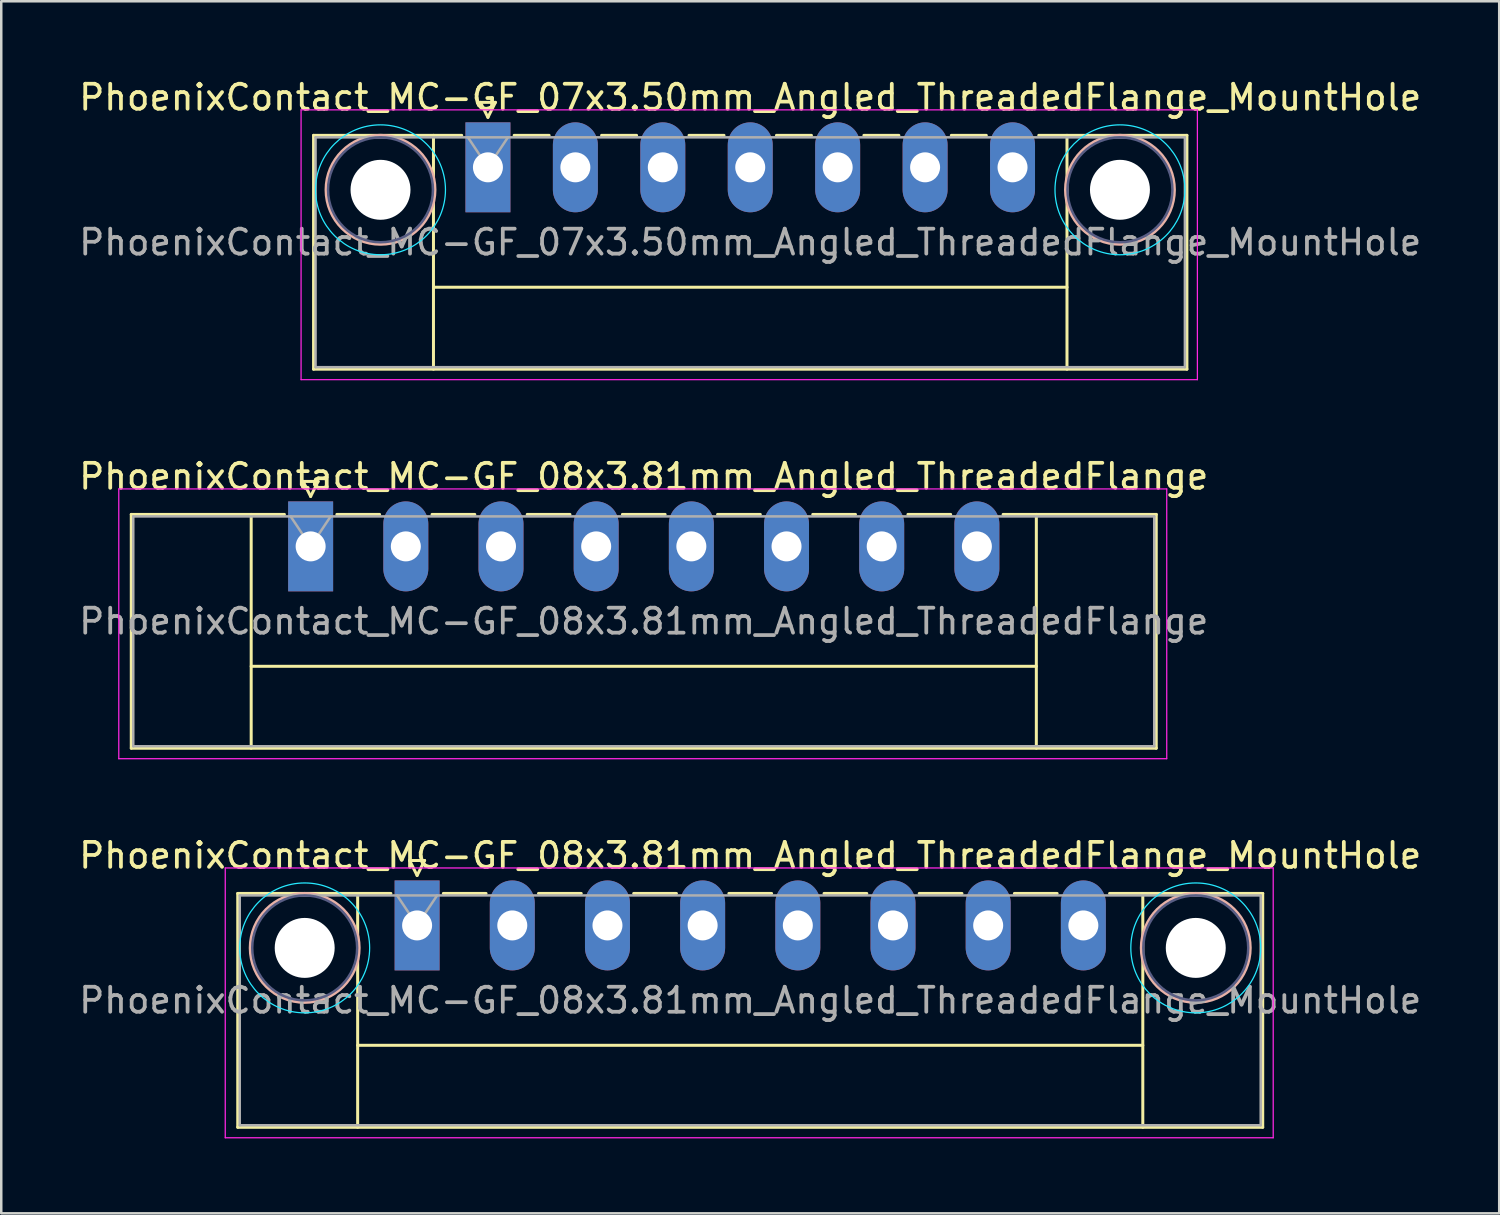
<source format=kicad_pcb>
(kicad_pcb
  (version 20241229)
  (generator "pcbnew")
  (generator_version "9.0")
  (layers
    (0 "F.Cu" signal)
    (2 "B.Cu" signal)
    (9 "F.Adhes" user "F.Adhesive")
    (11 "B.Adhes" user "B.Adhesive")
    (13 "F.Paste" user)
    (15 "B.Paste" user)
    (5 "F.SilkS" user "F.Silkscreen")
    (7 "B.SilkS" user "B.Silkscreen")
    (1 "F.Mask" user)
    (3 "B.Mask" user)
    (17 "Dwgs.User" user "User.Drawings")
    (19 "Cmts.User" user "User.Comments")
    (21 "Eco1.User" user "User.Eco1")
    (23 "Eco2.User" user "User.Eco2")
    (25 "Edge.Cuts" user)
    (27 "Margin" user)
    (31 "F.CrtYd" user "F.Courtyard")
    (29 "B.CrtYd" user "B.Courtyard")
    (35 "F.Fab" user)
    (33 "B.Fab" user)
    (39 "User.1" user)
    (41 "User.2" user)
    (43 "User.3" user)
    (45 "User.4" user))
  (footprint "PhoenixContact_MC-GF_08x3.81mm_Angled_ThreadedFlange"
    (layer "F.Cu")
    (at 9.385 18.822)
    (property "Reference" "PhoenixContact_MC-GF_08x3.81mm_Angled_ThreadedFlange" (at 13.335 -2.8 0) (layer "F.SilkS") (effects (font (size 1 1) (thickness 0.15))))
    (attr through_hole)
    (fp_line (start -7.18 -1.28) (end -7.18 8.08) (stroke (width 0.12) (type solid)) (layer "F.SilkS"))
    (fp_line (start -7.18 -1.28) (end -1.05 -1.28) (stroke (width 0.12) (type solid)) (layer "F.SilkS"))
    (fp_line (start -7.18 8.08) (end 33.85 8.08) (stroke (width 0.12) (type solid)) (layer "F.SilkS"))
    (fp_line (start -2.38 -1.28) (end -2.38 8.08) (stroke (width 0.12) (type solid)) (layer "F.SilkS"))
    (fp_line (start -2.38 4.8) (end 29.05 4.8) (stroke (width 0.12) (type solid)) (layer "F.SilkS"))
    (fp_line (start -0.3 -2.6) (end 0.3 -2.6) (stroke (width 0.12) (type solid)) (layer "F.SilkS"))
    (fp_line (start 0 -2) (end -0.3 -2.6) (stroke (width 0.12) (type solid)) (layer "F.SilkS"))
    (fp_line (start 0.3 -2.6) (end 0 -2) (stroke (width 0.12) (type solid)) (layer "F.SilkS"))
    (fp_line (start 1.05 -1.28) (end 2.76 -1.28) (stroke (width 0.12) (type solid)) (layer "F.SilkS"))
    (fp_line (start 4.86 -1.28) (end 6.57 -1.28) (stroke (width 0.12) (type solid)) (layer "F.SilkS"))
    (fp_line (start 8.67 -1.28) (end 10.38 -1.28) (stroke (width 0.12) (type solid)) (layer "F.SilkS"))
    (fp_line (start 12.48 -1.28) (end 14.19 -1.28) (stroke (width 0.12) (type solid)) (layer "F.SilkS"))
    (fp_line (start 16.29 -1.28) (end 18 -1.28) (stroke (width 0.12) (type solid)) (layer "F.SilkS"))
    (fp_line (start 20.1 -1.28) (end 21.81 -1.28) (stroke (width 0.12) (type solid)) (layer "F.SilkS"))
    (fp_line (start 23.91 -1.28) (end 25.62 -1.28) (stroke (width 0.12) (type solid)) (layer "F.SilkS"))
    (fp_line (start 29.05 -1.28) (end 29.05 8.08) (stroke (width 0.12) (type solid)) (layer "F.SilkS"))
    (fp_line (start 33.85 -1.28) (end 27.72 -1.28) (stroke (width 0.12) (type solid)) (layer "F.SilkS"))
    (fp_line (start 33.85 8.08) (end 33.85 -1.28) (stroke (width 0.12) (type solid)) (layer "F.SilkS"))
    (fp_line (start -7.68 -2.3) (end -7.68 8.5) (stroke (width 0.05) (type solid)) (layer "F.CrtYd"))
    (fp_line (start -7.68 8.5) (end 34.27 8.5) (stroke (width 0.05) (type solid)) (layer "F.CrtYd"))
    (fp_line (start 34.27 -2.3) (end -7.68 -2.3) (stroke (width 0.05) (type solid)) (layer "F.CrtYd"))
    (fp_line (start 34.27 8.5) (end 34.27 -2.3) (stroke (width 0.05) (type solid)) (layer "F.CrtYd"))
    (fp_line (start -7.1 -1.2) (end -7.1 8) (stroke (width 0.1) (type solid)) (layer "F.Fab"))
    (fp_line (start -7.1 8) (end 33.77 8) (stroke (width 0.1) (type solid)) (layer "F.Fab"))
    (fp_line (start 0 0) (end -0.8 -1.2) (stroke (width 0.1) (type solid)) (layer "F.Fab"))
    (fp_line (start 0.8 -1.2) (end 0 0) (stroke (width 0.1) (type solid)) (layer "F.Fab"))
    (fp_line (start 33.77 -1.2) (end -7.1 -1.2) (stroke (width 0.1) (type solid)) (layer "F.Fab"))
    (fp_line (start 33.77 8) (end 33.77 -1.2) (stroke (width 0.1) (type solid)) (layer "F.Fab"))
    (fp_text user "${REFERENCE}" (at 13.335 3 0) (layer "F.Fab") (effects (font (size 1 1) (thickness 0.15))))
    (pad "1" thru_hole rect (at 0 0) (size 1.8 3.6) (drill 1.2) (layers "*.Cu" "*.Mask"))
    (pad "2" thru_hole oval (at 3.81 0) (size 1.8 3.6) (drill 1.2) (layers "*.Cu" "*.Mask"))
    (pad "3" thru_hole oval (at 7.62 0) (size 1.8 3.6) (drill 1.2) (layers "*.Cu" "*.Mask"))
    (pad "4" thru_hole oval (at 11.43 0) (size 1.8 3.6) (drill 1.2) (layers "*.Cu" "*.Mask"))
    (pad "5" thru_hole oval (at 15.24 0) (size 1.8 3.6) (drill 1.2) (layers "*.Cu" "*.Mask"))
    (pad "6" thru_hole oval (at 19.05 0) (size 1.8 3.6) (drill 1.2) (layers "*.Cu" "*.Mask"))
    (pad "7" thru_hole oval (at 22.86 0) (size 1.8 3.6) (drill 1.2) (layers "*.Cu" "*.Mask"))
    (pad "8" thru_hole oval (at 26.67 0) (size 1.8 3.6) (drill 1.2) (layers "*.Cu" "*.Mask")))
  (footprint "PhoenixContact_MC-GF_07x3.50mm_Angled_ThreadedFlange_MountHole"
    (layer "F.Cu")
    (at 16.482 3.648)
    (property "Reference" "PhoenixContact_MC-GF_07x3.50mm_Angled_ThreadedFlange_MountHole" (at 10.5 -2.8 0) (layer "F.SilkS") (effects (font (size 1 1) (thickness 0.15))))
    (attr through_hole)
    (fp_line (start -6.98 -1.28) (end -6.98 8.08) (stroke (width 0.12) (type solid)) (layer "F.SilkS"))
    (fp_line (start -6.98 -1.28) (end -1.05 -1.28) (stroke (width 0.12) (type solid)) (layer "F.SilkS"))
    (fp_line (start -6.98 8.08) (end 27.98 8.08) (stroke (width 0.12) (type solid)) (layer "F.SilkS"))
    (fp_line (start -2.18 -1.28) (end -2.18 8.08) (stroke (width 0.12) (type solid)) (layer "F.SilkS"))
    (fp_line (start -2.18 4.8) (end 23.18 4.8) (stroke (width 0.12) (type solid)) (layer "F.SilkS"))
    (fp_line (start -0.3 -2.6) (end 0.3 -2.6) (stroke (width 0.12) (type solid)) (layer "F.SilkS"))
    (fp_line (start 0 -2) (end -0.3 -2.6) (stroke (width 0.12) (type solid)) (layer "F.SilkS"))
    (fp_line (start 0.3 -2.6) (end 0 -2) (stroke (width 0.12) (type solid)) (layer "F.SilkS"))
    (fp_line (start 1.05 -1.28) (end 2.45 -1.28) (stroke (width 0.12) (type solid)) (layer "F.SilkS"))
    (fp_line (start 4.55 -1.28) (end 5.95 -1.28) (stroke (width 0.12) (type solid)) (layer "F.SilkS"))
    (fp_line (start 8.05 -1.28) (end 9.45 -1.28) (stroke (width 0.12) (type solid)) (layer "F.SilkS"))
    (fp_line (start 11.55 -1.28) (end 12.95 -1.28) (stroke (width 0.12) (type solid)) (layer "F.SilkS"))
    (fp_line (start 15.05 -1.28) (end 16.45 -1.28) (stroke (width 0.12) (type solid)) (layer "F.SilkS"))
    (fp_line (start 18.55 -1.28) (end 19.95 -1.28) (stroke (width 0.12) (type solid)) (layer "F.SilkS"))
    (fp_line (start 23.18 -1.28) (end 23.18 8.08) (stroke (width 0.12) (type solid)) (layer "F.SilkS"))
    (fp_line (start 27.98 -1.28) (end 22.05 -1.28) (stroke (width 0.12) (type solid)) (layer "F.SilkS"))
    (fp_line (start 27.98 8.08) (end 27.98 -1.28) (stroke (width 0.12) (type solid)) (layer "F.SilkS"))
    (fp_circle (center -4.3 0.9) (end -2.12 0.9) (stroke (width 0.12) (type solid)) (fill no) (layer "B.SilkS"))
    (fp_circle (center 25.3 0.9) (end 27.48 0.9) (stroke (width 0.12) (type solid)) (fill no) (layer "B.SilkS"))
    (fp_circle (center -4.3 0.9) (end -1.7 0.9) (stroke (width 0.05) (type solid)) (fill no) (layer "B.CrtYd"))
    (fp_circle (center 25.3 0.9) (end 27.9 0.9) (stroke (width 0.05) (type solid)) (fill no) (layer "B.CrtYd"))
    (fp_line (start -7.48 -2.3) (end -7.48 8.5) (stroke (width 0.05) (type solid)) (layer "F.CrtYd"))
    (fp_line (start -7.48 8.5) (end 28.4 8.5) (stroke (width 0.05) (type solid)) (layer "F.CrtYd"))
    (fp_line (start 28.4 -2.3) (end -7.48 -2.3) (stroke (width 0.05) (type solid)) (layer "F.CrtYd"))
    (fp_line (start 28.4 8.5) (end 28.4 -2.3) (stroke (width 0.05) (type solid)) (layer "F.CrtYd"))
    (fp_circle (center -4.3 0.9) (end -2.2 0.9) (stroke (width 0.1) (type solid)) (fill no) (layer "B.Fab"))
    (fp_circle (center 25.3 0.9) (end 27.4 0.9) (stroke (width 0.1) (type solid)) (fill no) (layer "B.Fab"))
    (fp_line (start -6.9 -1.2) (end -6.9 8) (stroke (width 0.1) (type solid)) (layer "F.Fab"))
    (fp_line (start -6.9 8) (end 27.9 8) (stroke (width 0.1) (type solid)) (layer "F.Fab"))
    (fp_line (start 0 0) (end -0.8 -1.2) (stroke (width 0.1) (type solid)) (layer "F.Fab"))
    (fp_line (start 0.8 -1.2) (end 0 0) (stroke (width 0.1) (type solid)) (layer "F.Fab"))
    (fp_line (start 27.9 -1.2) (end -6.9 -1.2) (stroke (width 0.1) (type solid)) (layer "F.Fab"))
    (fp_line (start 27.9 8) (end 27.9 -1.2) (stroke (width 0.1) (type solid)) (layer "F.Fab"))
    (fp_text user "${REFERENCE}" (at 10.5 3 0) (layer "F.Fab") (effects (font (size 1 1) (thickness 0.15))))
    (pad "" np_thru_hole circle (at -4.3 0.9) (size 2.4 2.4) (drill 2.4) (layers "*.Cu" "*.Mask"))
    (pad "" np_thru_hole circle (at 25.3 0.9) (size 2.4 2.4) (drill 2.4) (layers "*.Cu" "*.Mask"))
    (pad "1" thru_hole rect (at 0 0) (size 1.8 3.6) (drill 1.2) (layers "*.Cu" "*.Mask"))
    (pad "2" thru_hole oval (at 3.5 0) (size 1.8 3.6) (drill 1.2) (layers "*.Cu" "*.Mask"))
    (pad "3" thru_hole oval (at 7 0) (size 1.8 3.6) (drill 1.2) (layers "*.Cu" "*.Mask"))
    (pad "4" thru_hole oval (at 10.5 0) (size 1.8 3.6) (drill 1.2) (layers "*.Cu" "*.Mask"))
    (pad "5" thru_hole oval (at 14 0) (size 1.8 3.6) (drill 1.2) (layers "*.Cu" "*.Mask"))
    (pad "6" thru_hole oval (at 17.5 0) (size 1.8 3.6) (drill 1.2) (layers "*.Cu" "*.Mask"))
    (pad "7" thru_hole oval (at 21 0) (size 1.8 3.6) (drill 1.2) (layers "*.Cu" "*.Mask")))
  (footprint "PhoenixContact_MC-GF_08x3.81mm_Angled_ThreadedFlange_MountHole"
    (layer "F.Cu")
    (at 13.647 33.995)
    (property "Reference" "PhoenixContact_MC-GF_08x3.81mm_Angled_ThreadedFlange_MountHole" (at 13.335 -2.8 0) (layer "F.SilkS") (effects (font (size 1 1) (thickness 0.15))))
    (attr through_hole)
    (fp_line (start -7.18 -1.28) (end -7.18 8.08) (stroke (width 0.12) (type solid)) (layer "F.SilkS"))
    (fp_line (start -7.18 -1.28) (end -1.05 -1.28) (stroke (width 0.12) (type solid)) (layer "F.SilkS"))
    (fp_line (start -7.18 8.08) (end 33.85 8.08) (stroke (width 0.12) (type solid)) (layer "F.SilkS"))
    (fp_line (start -2.38 -1.28) (end -2.38 8.08) (stroke (width 0.12) (type solid)) (layer "F.SilkS"))
    (fp_line (start -2.38 4.8) (end 29.05 4.8) (stroke (width 0.12) (type solid)) (layer "F.SilkS"))
    (fp_line (start -0.3 -2.6) (end 0.3 -2.6) (stroke (width 0.12) (type solid)) (layer "F.SilkS"))
    (fp_line (start 0 -2) (end -0.3 -2.6) (stroke (width 0.12) (type solid)) (layer "F.SilkS"))
    (fp_line (start 0.3 -2.6) (end 0 -2) (stroke (width 0.12) (type solid)) (layer "F.SilkS"))
    (fp_line (start 1.05 -1.28) (end 2.76 -1.28) (stroke (width 0.12) (type solid)) (layer "F.SilkS"))
    (fp_line (start 4.86 -1.28) (end 6.57 -1.28) (stroke (width 0.12) (type solid)) (layer "F.SilkS"))
    (fp_line (start 8.67 -1.28) (end 10.38 -1.28) (stroke (width 0.12) (type solid)) (layer "F.SilkS"))
    (fp_line (start 12.48 -1.28) (end 14.19 -1.28) (stroke (width 0.12) (type solid)) (layer "F.SilkS"))
    (fp_line (start 16.29 -1.28) (end 18 -1.28) (stroke (width 0.12) (type solid)) (layer "F.SilkS"))
    (fp_line (start 20.1 -1.28) (end 21.81 -1.28) (stroke (width 0.12) (type solid)) (layer "F.SilkS"))
    (fp_line (start 23.91 -1.28) (end 25.62 -1.28) (stroke (width 0.12) (type solid)) (layer "F.SilkS"))
    (fp_line (start 29.05 -1.28) (end 29.05 8.08) (stroke (width 0.12) (type solid)) (layer "F.SilkS"))
    (fp_line (start 33.85 -1.28) (end 27.72 -1.28) (stroke (width 0.12) (type solid)) (layer "F.SilkS"))
    (fp_line (start 33.85 8.08) (end 33.85 -1.28) (stroke (width 0.12) (type solid)) (layer "F.SilkS"))
    (fp_circle (center -4.5 0.9) (end -2.32 0.9) (stroke (width 0.12) (type solid)) (fill no) (layer "B.SilkS"))
    (fp_circle (center 31.17 0.9) (end 33.35 0.9) (stroke (width 0.12) (type solid)) (fill no) (layer "B.SilkS"))
    (fp_circle (center -4.5 0.9) (end -1.9 0.9) (stroke (width 0.05) (type solid)) (fill no) (layer "B.CrtYd"))
    (fp_circle (center 31.17 0.9) (end 33.77 0.9) (stroke (width 0.05) (type solid)) (fill no) (layer "B.CrtYd"))
    (fp_line (start -7.68 -2.3) (end -7.68 8.5) (stroke (width 0.05) (type solid)) (layer "F.CrtYd"))
    (fp_line (start -7.68 8.5) (end 34.27 8.5) (stroke (width 0.05) (type solid)) (layer "F.CrtYd"))
    (fp_line (start 34.27 -2.3) (end -7.68 -2.3) (stroke (width 0.05) (type solid)) (layer "F.CrtYd"))
    (fp_line (start 34.27 8.5) (end 34.27 -2.3) (stroke (width 0.05) (type solid)) (layer "F.CrtYd"))
    (fp_circle (center -4.5 0.9) (end -2.4 0.9) (stroke (width 0.1) (type solid)) (fill no) (layer "B.Fab"))
    (fp_circle (center 31.17 0.9) (end 33.27 0.9) (stroke (width 0.1) (type solid)) (fill no) (layer "B.Fab"))
    (fp_line (start -7.1 -1.2) (end -7.1 8) (stroke (width 0.1) (type solid)) (layer "F.Fab"))
    (fp_line (start -7.1 8) (end 33.77 8) (stroke (width 0.1) (type solid)) (layer "F.Fab"))
    (fp_line (start 0 0) (end -0.8 -1.2) (stroke (width 0.1) (type solid)) (layer "F.Fab"))
    (fp_line (start 0.8 -1.2) (end 0 0) (stroke (width 0.1) (type solid)) (layer "F.Fab"))
    (fp_line (start 33.77 -1.2) (end -7.1 -1.2) (stroke (width 0.1) (type solid)) (layer "F.Fab"))
    (fp_line (start 33.77 8) (end 33.77 -1.2) (stroke (width 0.1) (type solid)) (layer "F.Fab"))
    (fp_text user "${REFERENCE}" (at 13.335 3 0) (layer "F.Fab") (effects (font (size 1 1) (thickness 0.15))))
    (pad "" np_thru_hole circle (at -4.5 0.9) (size 2.4 2.4) (drill 2.4) (layers "*.Cu" "*.Mask"))
    (pad "" np_thru_hole circle (at 31.17 0.9) (size 2.4 2.4) (drill 2.4) (layers "*.Cu" "*.Mask"))
    (pad "1" thru_hole rect (at 0 0) (size 1.8 3.6) (drill 1.2) (layers "*.Cu" "*.Mask"))
    (pad "2" thru_hole oval (at 3.81 0) (size 1.8 3.6) (drill 1.2) (layers "*.Cu" "*.Mask"))
    (pad "3" thru_hole oval (at 7.62 0) (size 1.8 3.6) (drill 1.2) (layers "*.Cu" "*.Mask"))
    (pad "4" thru_hole oval (at 11.43 0) (size 1.8 3.6) (drill 1.2) (layers "*.Cu" "*.Mask"))
    (pad "5" thru_hole oval (at 15.24 0) (size 1.8 3.6) (drill 1.2) (layers "*.Cu" "*.Mask"))
    (pad "6" thru_hole oval (at 19.05 0) (size 1.8 3.6) (drill 1.2) (layers "*.Cu" "*.Mask"))
    (pad "7" thru_hole oval (at 22.86 0) (size 1.8 3.6) (drill 1.2) (layers "*.Cu" "*.Mask"))
    (pad "8" thru_hole oval (at 26.67 0) (size 1.8 3.6) (drill 1.2) (layers "*.Cu" "*.Mask")))
  (gr_rect
    (start -3 -3)
    (end 56.964 45.52)
    (stroke (width 0.1) (type default))
    (fill no)
    (layer "Edge.Cuts")))
</source>
